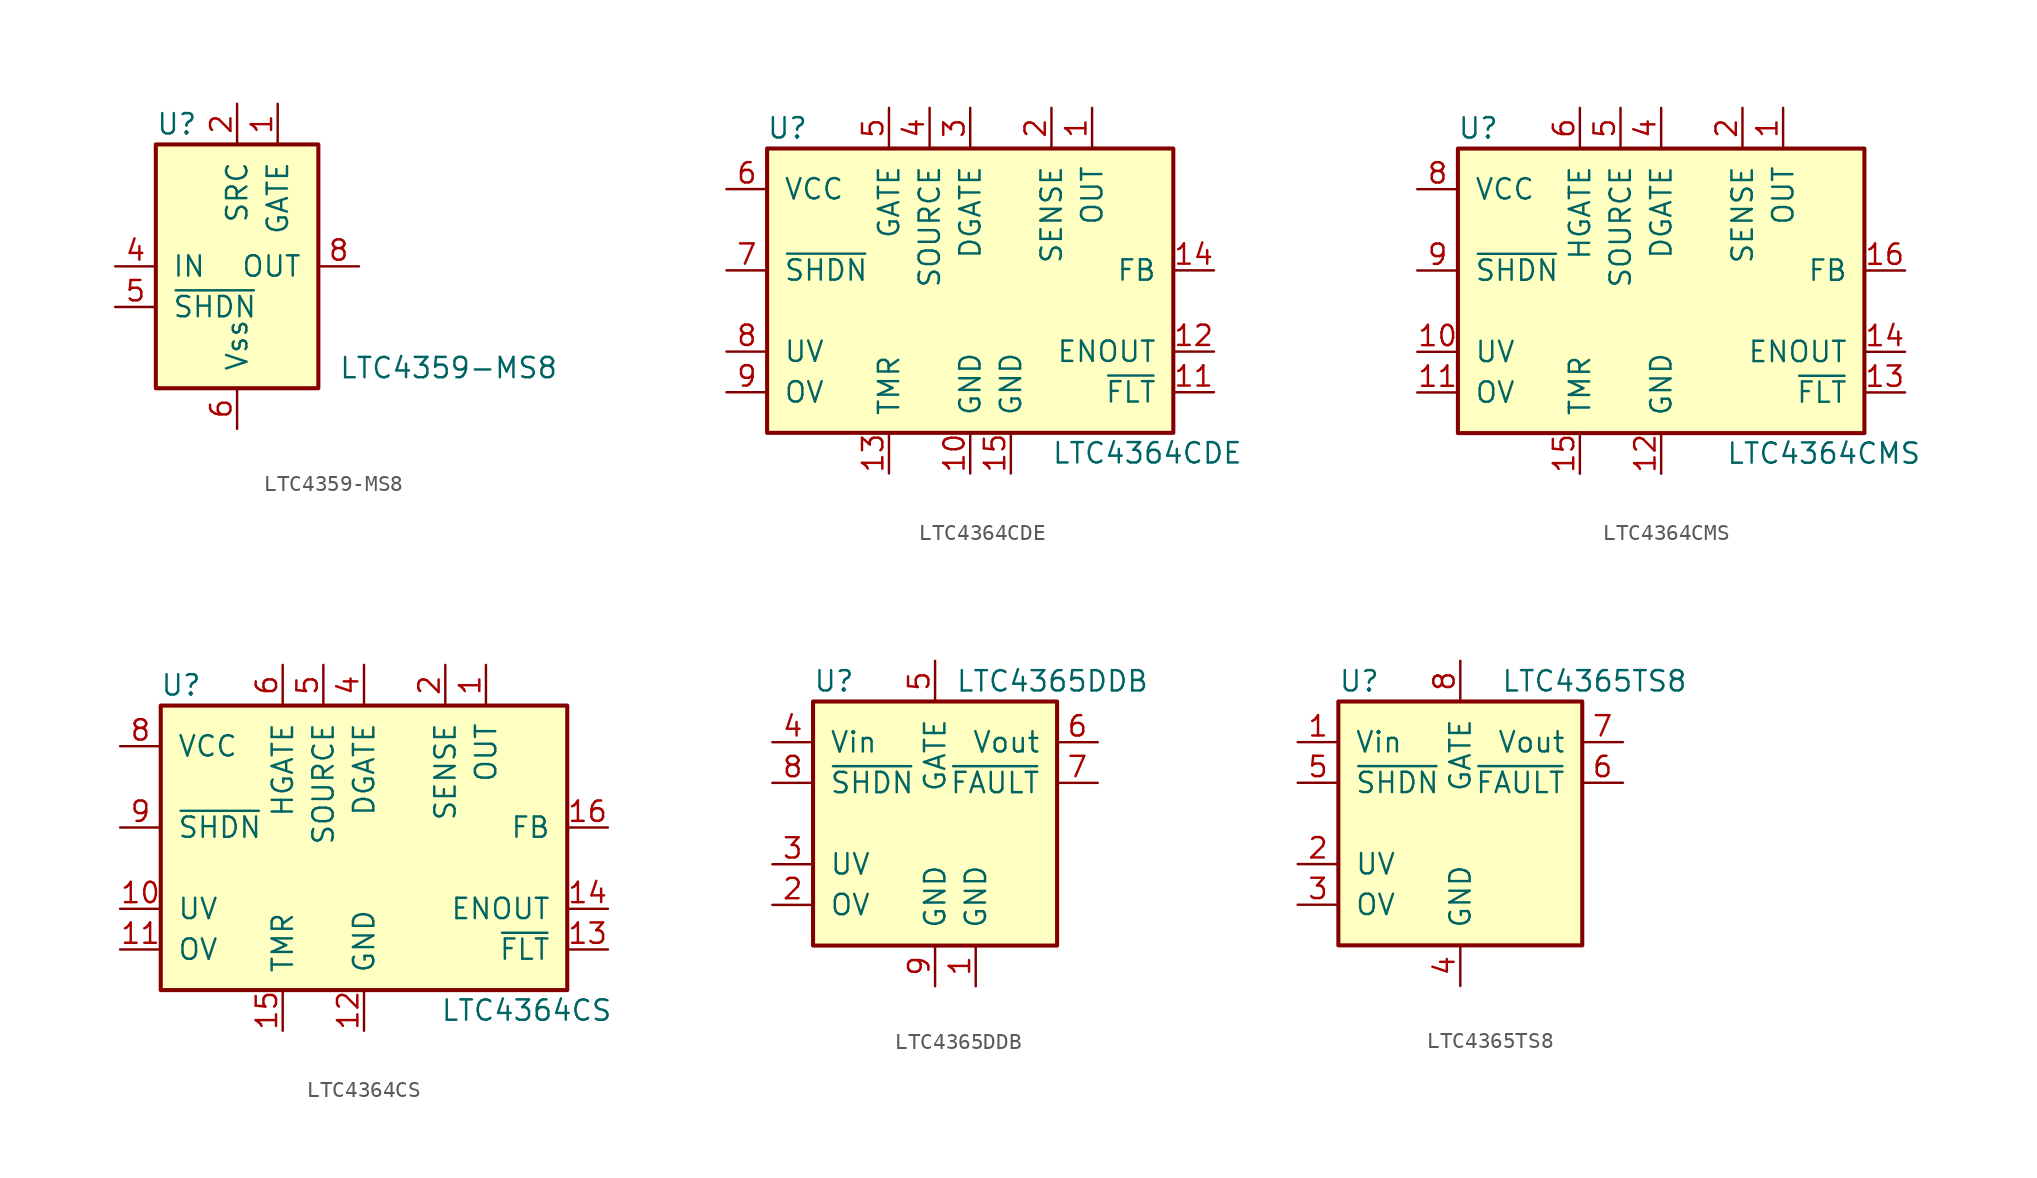
<source format=kicad_sym>
(kicad_symbol_lib
  (version 20201005)
  (generator kicad_symbol_editor)
  (symbol "Power_Management:LTC4359-MS8"
    (pin_names
      (offset 1.016))
    (property "Reference" "U"
      (at -5.08 8.89 0)
      (effects (font (size 1.27 1.27)) (justify left)))
    (property "Value" "LTC4359-MS8"
      (at 6.35 -6.35 0)
      (effects (font (size 1.27 1.27)) (justify left)))
    (symbol "LTC4359-MS8_0_1"
      (rectangle (start -5.08 7.62) (end 5.08 -7.62) (stroke (width 0.254)) (fill (type background))))
    (symbol "LTC4359-MS8_1_1"
      (pin output line (at 2.54 10.16 270) (length 2.54) (name "GATE" (effects (font (size 1.27 1.27)))) (number "1" (effects (font (size 1.27 1.27)))))
      (pin input line (at 0 10.16 270) (length 2.54) (name "SRC" (effects (font (size 1.27 1.27)))) (number "2" (effects (font (size 1.27 1.27)))))
      (pin no_connect line (at -2.54 -10.16 90) (length 2.54) hide (name "NC" (effects (font (size 1.27 1.27)))) (number "3" (effects (font (size 1.27 1.27)))))
      (pin power_in line (at -7.62 0 0) (length 2.54) (name "IN" (effects (font (size 1.27 1.27)))) (number "4" (effects (font (size 1.27 1.27)))))
      (pin input line (at -7.62 -2.54 0) (length 2.54) (name "~SHDN" (effects (font (size 1.27 1.27)))) (number "5" (effects (font (size 1.27 1.27)))))
      (pin power_in line (at 0 -10.16 90) (length 2.54) (name "Vss" (effects (font (size 1.27 1.27)))) (number "6" (effects (font (size 1.27 1.27)))))
      (pin no_connect line (at 2.54 -10.16 90) (length 2.54) hide (name "NC" (effects (font (size 1.27 1.27)))) (number "7" (effects (font (size 1.27 1.27)))))
      (pin input line (at 7.62 0 180) (length 2.54) (name "OUT" (effects (font (size 1.27 1.27)))) (number "8" (effects (font (size 1.27 1.27)))))))
  (symbol "Power_Management:LTC4364CDE"
    (pin_names
      (offset 1.016))
    (property "Reference" "U"
      (at -11.43 8.89 0)
      (effects (font (size 1.27 1.27))))
    (property "Value" "LTC4364CDE"
      (at 5.08 -11.43 0)
      (effects (font (size 1.27 1.27)) (justify left)))
    (symbol "LTC4364CDE_0_1"
      (rectangle (start -12.7 7.62) (end 12.7 -10.16) (stroke (width 0.254)) (fill (type background))))
    (symbol "LTC4364CDE_1_1"
      (pin input line (at 7.62 10.16 270) (length 2.54) (name "OUT" (effects (font (size 1.27 1.27)))) (number "1" (effects (font (size 1.27 1.27)))))
      (pin power_in line (at 0 -12.7 90) (length 2.54) (name "GND" (effects (font (size 1.27 1.27)))) (number "10" (effects (font (size 1.27 1.27)))))
      (pin open_collector line (at 15.24 -7.62 180) (length 2.54) (name "~FLT" (effects (font (size 1.27 1.27)))) (number "11" (effects (font (size 1.27 1.27)))))
      (pin open_collector line (at 15.24 -5.08 180) (length 2.54) (name "ENOUT" (effects (font (size 1.27 1.27)))) (number "12" (effects (font (size 1.27 1.27)))))
      (pin input line (at -5.08 -12.7 90) (length 2.54) (name "TMR" (effects (font (size 1.27 1.27)))) (number "13" (effects (font (size 1.27 1.27)))))
      (pin input line (at 15.24 0 180) (length 2.54) (name "FB" (effects (font (size 1.27 1.27)))) (number "14" (effects (font (size 1.27 1.27)))))
      (pin power_in line (at 2.54 -12.7 90) (length 2.54) (name "GND" (effects (font (size 1.27 1.27)))) (number "15" (effects (font (size 1.27 1.27)))))
      (pin input line (at 5.08 10.16 270) (length 2.54) (name "SENSE" (effects (font (size 1.27 1.27)))) (number "2" (effects (font (size 1.27 1.27)))))
      (pin output line (at 0 10.16 270) (length 2.54) (name "DGATE" (effects (font (size 1.27 1.27)))) (number "3" (effects (font (size 1.27 1.27)))))
      (pin input line (at -2.54 10.16 270) (length 2.54) (name "SOURCE" (effects (font (size 1.27 1.27)))) (number "4" (effects (font (size 1.27 1.27)))))
      (pin output line (at -5.08 10.16 270) (length 2.54) (name "GATE" (effects (font (size 1.27 1.27)))) (number "5" (effects (font (size 1.27 1.27)))))
      (pin power_in line (at -15.24 5.08 0) (length 2.54) (name "VCC" (effects (font (size 1.27 1.27)))) (number "6" (effects (font (size 1.27 1.27)))))
      (pin input line (at -15.24 0 0) (length 2.54) (name "~SHDN" (effects (font (size 1.27 1.27)))) (number "7" (effects (font (size 1.27 1.27)))))
      (pin input line (at -15.24 -5.08 0) (length 2.54) (name "UV" (effects (font (size 1.27 1.27)))) (number "8" (effects (font (size 1.27 1.27)))))
      (pin input line (at -15.24 -7.62 0) (length 2.54) (name "OV" (effects (font (size 1.27 1.27)))) (number "9" (effects (font (size 1.27 1.27)))))))
  (symbol "Power_Management:LTC4364CMS"
    (pin_names
      (offset 1.016))
    (property "Reference" "U"
      (at -11.43 8.89 0)
      (effects (font (size 1.27 1.27))))
    (property "Value" "LTC4364CMS"
      (at 10.16 -11.43 0)
      (effects (font (size 1.27 1.27))))
    (symbol "LTC4364CMS_0_1"
      (rectangle (start -12.7 7.62) (end 12.7 -10.16) (stroke (width 0.254)) (fill (type background))))
    (symbol "LTC4364CMS_1_1"
      (pin input line (at 7.62 10.16 270) (length 2.54) (name "OUT" (effects (font (size 1.27 1.27)))) (number "1" (effects (font (size 1.27 1.27)))))
      (pin input line (at -15.24 -5.08 0) (length 2.54) (name "UV" (effects (font (size 1.27 1.27)))) (number "10" (effects (font (size 1.27 1.27)))))
      (pin input line (at -15.24 -7.62 0) (length 2.54) (name "OV" (effects (font (size 1.27 1.27)))) (number "11" (effects (font (size 1.27 1.27)))))
      (pin power_in line (at 0 -12.7 90) (length 2.54) (name "GND" (effects (font (size 1.27 1.27)))) (number "12" (effects (font (size 1.27 1.27)))))
      (pin open_collector line (at 15.24 -7.62 180) (length 2.54) (name "~FLT" (effects (font (size 1.27 1.27)))) (number "13" (effects (font (size 1.27 1.27)))))
      (pin open_collector line (at 15.24 -5.08 180) (length 2.54) (name "ENOUT" (effects (font (size 1.27 1.27)))) (number "14" (effects (font (size 1.27 1.27)))))
      (pin input line (at -5.08 -12.7 90) (length 2.54) (name "TMR" (effects (font (size 1.27 1.27)))) (number "15" (effects (font (size 1.27 1.27)))))
      (pin input line (at 15.24 0 180) (length 2.54) (name "FB" (effects (font (size 1.27 1.27)))) (number "16" (effects (font (size 1.27 1.27)))))
      (pin input line (at 5.08 10.16 270) (length 2.54) (name "SENSE" (effects (font (size 1.27 1.27)))) (number "2" (effects (font (size 1.27 1.27)))))
      (pin no_connect line (at 15.24 2.54 180) (length 2.54) hide (name "NC" (effects (font (size 1.27 1.27)))) (number "3" (effects (font (size 1.27 1.27)))))
      (pin output line (at 0 10.16 270) (length 2.54) (name "DGATE" (effects (font (size 1.27 1.27)))) (number "4" (effects (font (size 1.27 1.27)))))
      (pin input line (at -2.54 10.16 270) (length 2.54) (name "SOURCE" (effects (font (size 1.27 1.27)))) (number "5" (effects (font (size 1.27 1.27)))))
      (pin output line (at -5.08 10.16 270) (length 2.54) (name "HGATE" (effects (font (size 1.27 1.27)))) (number "6" (effects (font (size 1.27 1.27)))))
      (pin no_connect line (at 15.24 5.08 180) (length 2.54) hide (name "NC" (effects (font (size 1.27 1.27)))) (number "7" (effects (font (size 1.27 1.27)))))
      (pin power_in line (at -15.24 5.08 0) (length 2.54) (name "VCC" (effects (font (size 1.27 1.27)))) (number "8" (effects (font (size 1.27 1.27)))))
      (pin input line (at -15.24 0 0) (length 2.54) (name "~SHDN" (effects (font (size 1.27 1.27)))) (number "9" (effects (font (size 1.27 1.27)))))))
  (symbol "Power_Management:LTC4364CS"
    (pin_names
      (offset 1.016))
    (property "Reference" "U"
      (at -11.43 8.89 0)
      (effects (font (size 1.27 1.27))))
    (property "Value" "LTC4364CS"
      (at 10.16 -11.43 0)
      (effects (font (size 1.27 1.27))))
    (symbol "LTC4364CS_0_1"
      (rectangle (start -12.7 7.62) (end 12.7 -10.16) (stroke (width 0.254)) (fill (type background))))
    (symbol "LTC4364CS_1_1"
      (pin input line (at 7.62 10.16 270) (length 2.54) (name "OUT" (effects (font (size 1.27 1.27)))) (number "1" (effects (font (size 1.27 1.27)))))
      (pin input line (at -15.24 -5.08 0) (length 2.54) (name "UV" (effects (font (size 1.27 1.27)))) (number "10" (effects (font (size 1.27 1.27)))))
      (pin input line (at -15.24 -7.62 0) (length 2.54) (name "OV" (effects (font (size 1.27 1.27)))) (number "11" (effects (font (size 1.27 1.27)))))
      (pin power_in line (at 0 -12.7 90) (length 2.54) (name "GND" (effects (font (size 1.27 1.27)))) (number "12" (effects (font (size 1.27 1.27)))))
      (pin open_collector line (at 15.24 -7.62 180) (length 2.54) (name "~FLT" (effects (font (size 1.27 1.27)))) (number "13" (effects (font (size 1.27 1.27)))))
      (pin open_collector line (at 15.24 -5.08 180) (length 2.54) (name "ENOUT" (effects (font (size 1.27 1.27)))) (number "14" (effects (font (size 1.27 1.27)))))
      (pin input line (at -5.08 -12.7 90) (length 2.54) (name "TMR" (effects (font (size 1.27 1.27)))) (number "15" (effects (font (size 1.27 1.27)))))
      (pin input line (at 15.24 0 180) (length 2.54) (name "FB" (effects (font (size 1.27 1.27)))) (number "16" (effects (font (size 1.27 1.27)))))
      (pin input line (at 5.08 10.16 270) (length 2.54) (name "SENSE" (effects (font (size 1.27 1.27)))) (number "2" (effects (font (size 1.27 1.27)))))
      (pin no_connect line (at 15.24 2.54 180) (length 2.54) hide (name "NC" (effects (font (size 1.27 1.27)))) (number "3" (effects (font (size 1.27 1.27)))))
      (pin output line (at 0 10.16 270) (length 2.54) (name "DGATE" (effects (font (size 1.27 1.27)))) (number "4" (effects (font (size 1.27 1.27)))))
      (pin input line (at -2.54 10.16 270) (length 2.54) (name "SOURCE" (effects (font (size 1.27 1.27)))) (number "5" (effects (font (size 1.27 1.27)))))
      (pin output line (at -5.08 10.16 270) (length 2.54) (name "HGATE" (effects (font (size 1.27 1.27)))) (number "6" (effects (font (size 1.27 1.27)))))
      (pin no_connect line (at 15.24 5.08 180) (length 2.54) hide (name "NC" (effects (font (size 1.27 1.27)))) (number "7" (effects (font (size 1.27 1.27)))))
      (pin power_in line (at -15.24 5.08 0) (length 2.54) (name "VCC" (effects (font (size 1.27 1.27)))) (number "8" (effects (font (size 1.27 1.27)))))
      (pin input line (at -15.24 0 0) (length 2.54) (name "~SHDN" (effects (font (size 1.27 1.27)))) (number "9" (effects (font (size 1.27 1.27)))))))
  (symbol "Power_Management:LTC4365DDB"
    (pin_names
      (offset 1.016))
    (property "Reference" "U"
      (at -7.62 8.89 0)
      (effects (font (size 1.27 1.27)) (justify left)))
    (property "Value" "LTC4365DDB"
      (at 1.27 8.89 0)
      (effects (font (size 1.27 1.27)) (justify left)))
    (symbol "LTC4365DDB_0_1"
      (rectangle (start -7.62 7.62) (end 7.62 -7.62) (stroke (width 0.254)) (fill (type background))))
    (symbol "LTC4365DDB_1_1"
      (pin power_in line (at 2.54 -10.16 90) (length 2.54) (name "GND" (effects (font (size 1.27 1.27)))) (number "1" (effects (font (size 1.27 1.27)))))
      (pin input line (at -10.16 -5.08 0) (length 2.54) (name "OV" (effects (font (size 1.27 1.27)))) (number "2" (effects (font (size 1.27 1.27)))))
      (pin input line (at -10.16 -2.54 0) (length 2.54) (name "UV" (effects (font (size 1.27 1.27)))) (number "3" (effects (font (size 1.27 1.27)))))
      (pin power_in line (at -10.16 5.08 0) (length 2.54) (name "Vin" (effects (font (size 1.27 1.27)))) (number "4" (effects (font (size 1.27 1.27)))))
      (pin output line (at 0 10.16 270) (length 2.54) (name "GATE" (effects (font (size 1.27 1.27)))) (number "5" (effects (font (size 1.27 1.27)))))
      (pin input line (at 10.16 5.08 180) (length 2.54) (name "Vout" (effects (font (size 1.27 1.27)))) (number "6" (effects (font (size 1.27 1.27)))))
      (pin open_collector line (at 10.16 2.54 180) (length 2.54) (name "~FAULT" (effects (font (size 1.27 1.27)))) (number "7" (effects (font (size 1.27 1.27)))))
      (pin input line (at -10.16 2.54 0) (length 2.54) (name "~SHDN" (effects (font (size 1.27 1.27)))) (number "8" (effects (font (size 1.27 1.27)))))
      (pin power_in line (at 0 -10.16 90) (length 2.54) (name "GND" (effects (font (size 1.27 1.27)))) (number "9" (effects (font (size 1.27 1.27)))))))
  (symbol "Power_Management:LTC4365TS8"
    (pin_names
      (offset 1.016))
    (property "Reference" "U"
      (at -7.62 8.89 0)
      (effects (font (size 1.27 1.27)) (justify left)))
    (property "Value" "LTC4365TS8"
      (at 2.54 8.89 0)
      (effects (font (size 1.27 1.27)) (justify left)))
    (symbol "LTC4365TS8_0_1"
      (rectangle (start -7.62 7.62) (end 7.62 -7.62) (stroke (width 0.254)) (fill (type background))))
    (symbol "LTC4365TS8_1_1"
      (pin power_in line (at -10.16 5.08 0) (length 2.54) (name "Vin" (effects (font (size 1.27 1.27)))) (number "1" (effects (font (size 1.27 1.27)))))
      (pin input line (at -10.16 -2.54 0) (length 2.54) (name "UV" (effects (font (size 1.27 1.27)))) (number "2" (effects (font (size 1.27 1.27)))))
      (pin input line (at -10.16 -5.08 0) (length 2.54) (name "OV" (effects (font (size 1.27 1.27)))) (number "3" (effects (font (size 1.27 1.27)))))
      (pin power_in line (at 0 -10.16 90) (length 2.54) (name "GND" (effects (font (size 1.27 1.27)))) (number "4" (effects (font (size 1.27 1.27)))))
      (pin input line (at -10.16 2.54 0) (length 2.54) (name "~SHDN" (effects (font (size 1.27 1.27)))) (number "5" (effects (font (size 1.27 1.27)))))
      (pin open_collector line (at 10.16 2.54 180) (length 2.54) (name "~FAULT" (effects (font (size 1.27 1.27)))) (number "6" (effects (font (size 1.27 1.27)))))
      (pin input line (at 10.16 5.08 180) (length 2.54) (name "Vout" (effects (font (size 1.27 1.27)))) (number "7" (effects (font (size 1.27 1.27)))))
      (pin output line (at 0 10.16 270) (length 2.54) (name "GATE" (effects (font (size 1.27 1.27)))) (number "8" (effects (font (size 1.27 1.27))))))))
</source>
